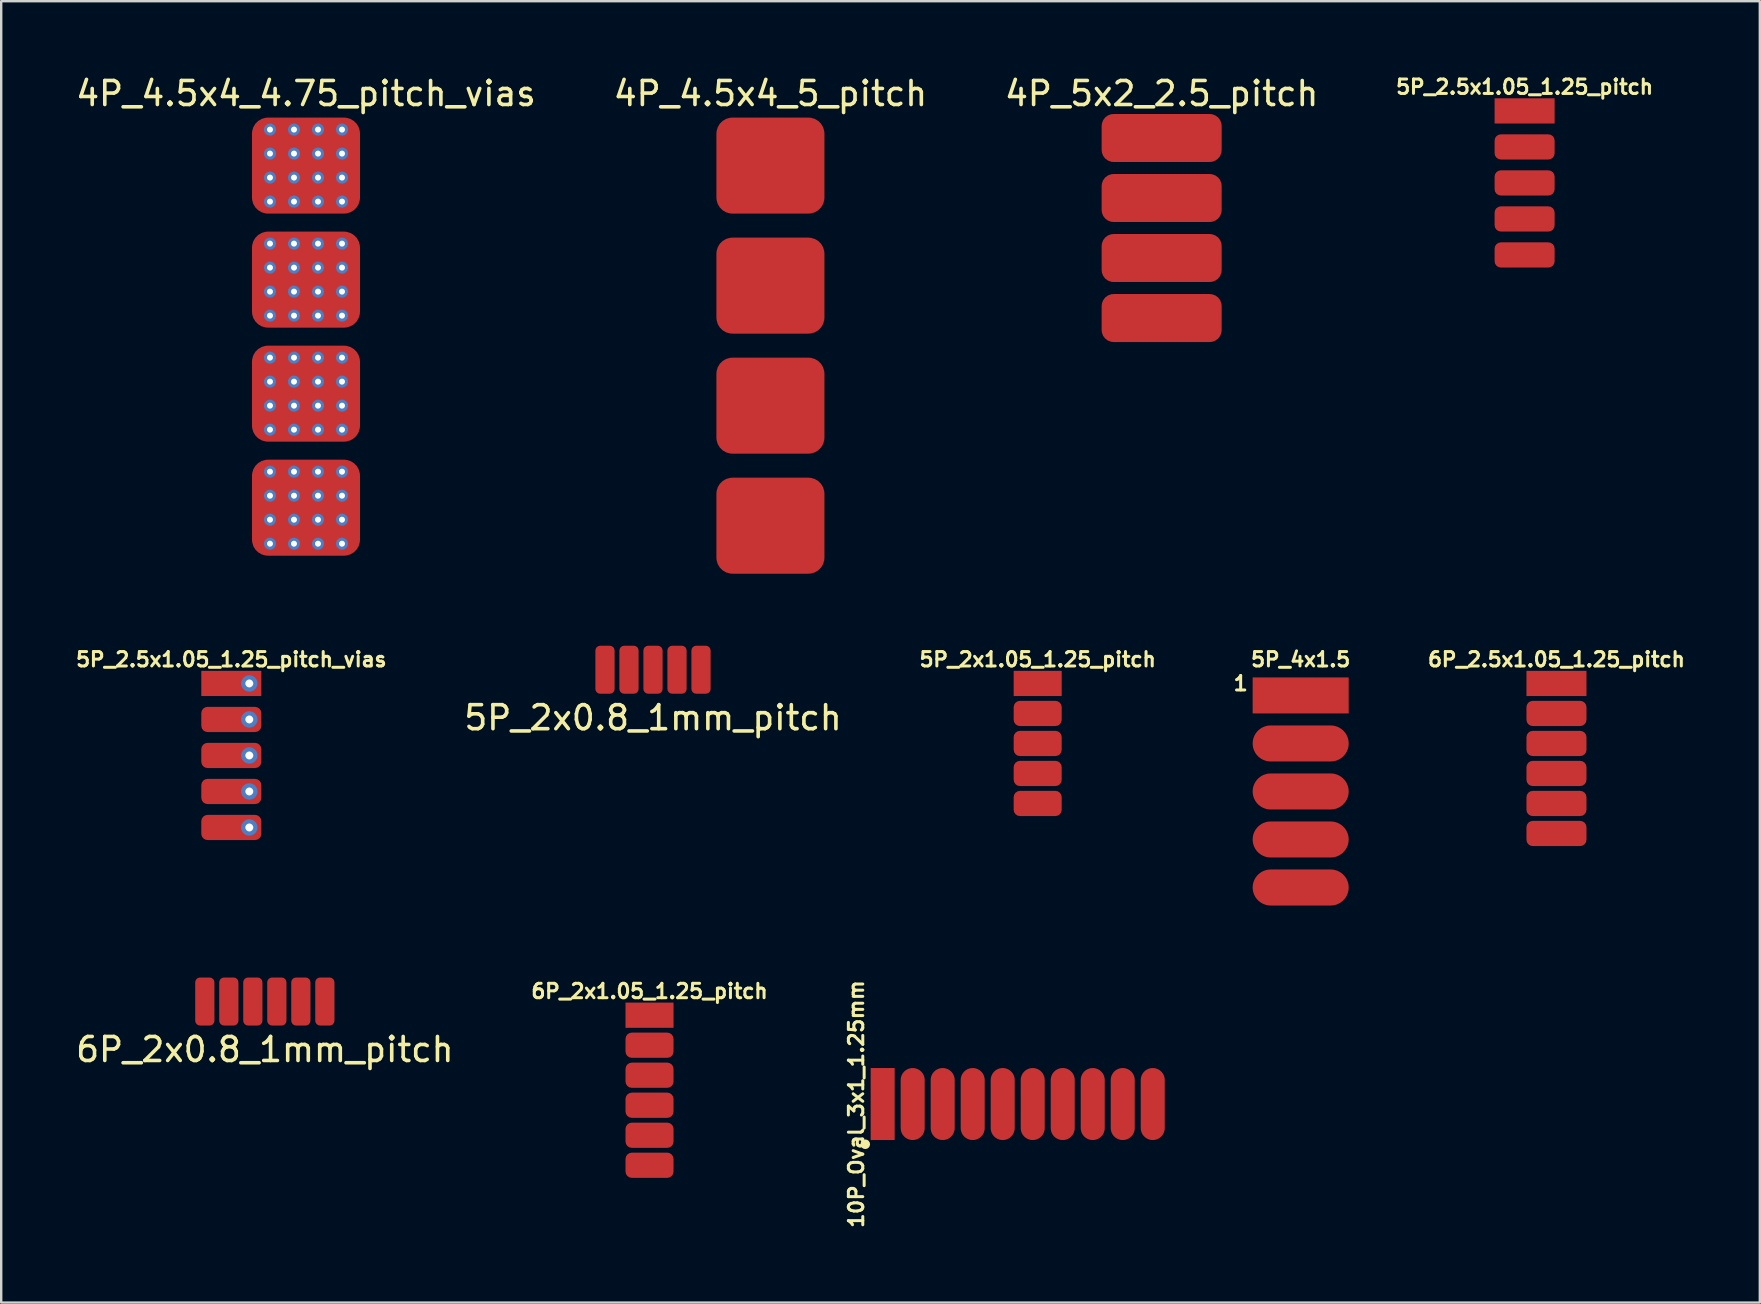
<source format=kicad_pcb>
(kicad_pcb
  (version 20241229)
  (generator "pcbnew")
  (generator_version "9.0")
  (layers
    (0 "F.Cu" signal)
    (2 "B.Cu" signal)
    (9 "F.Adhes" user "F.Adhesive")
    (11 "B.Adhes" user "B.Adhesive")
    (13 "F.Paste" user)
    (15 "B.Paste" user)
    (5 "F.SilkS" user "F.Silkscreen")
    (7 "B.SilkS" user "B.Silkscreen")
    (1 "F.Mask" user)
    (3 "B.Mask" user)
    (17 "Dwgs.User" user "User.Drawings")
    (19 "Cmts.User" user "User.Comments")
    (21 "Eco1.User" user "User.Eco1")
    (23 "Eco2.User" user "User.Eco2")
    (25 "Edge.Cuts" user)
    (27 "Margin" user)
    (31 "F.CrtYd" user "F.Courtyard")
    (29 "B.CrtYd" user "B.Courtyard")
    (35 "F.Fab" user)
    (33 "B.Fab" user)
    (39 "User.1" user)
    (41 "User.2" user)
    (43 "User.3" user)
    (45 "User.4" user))
  (footprint "4P_5x2_2.5_pitch"
    (layer "F.Cu")
    (at 45.339 6.448)
    (property "Reference" "4P_5x2_2.5_pitch" (at 0 -5.6 180) (layer "F.SilkS") (effects (font (size 1 1) (thickness 0.15))))
    (attr exclude_from_pos_files exclude_from_bom)
    (pad "1" connect roundrect (at 0 -3.75) (size 5 2) (layers "F.Cu" "F.Mask") (roundrect_rratio 0.25))
    (pad "2" connect roundrect (at 0 -1.25) (size 5 2) (layers "F.Cu" "F.Mask") (roundrect_rratio 0.25))
    (pad "3" connect roundrect (at 0 1.25) (size 5 2) (layers "F.Cu" "F.Mask") (roundrect_rratio 0.25))
    (pad "4" connect roundrect (at 0 3.75) (size 5 2) (layers "F.Cu" "F.Mask") (roundrect_rratio 0.25)))
  (footprint "4P_4.5x4_5_pitch"
    (layer "F.Cu")
    (at 29.042 11.348)
    (property "Reference" "4P_4.5x4_5_pitch" (at 0 -10.5 180) (layer "F.SilkS") (effects (font (size 1 1) (thickness 0.15))))
    (attr exclude_from_pos_files exclude_from_bom)
    (pad "1" connect roundrect (at 0 -7.5) (size 4.5 4) (layers "F.Cu" "F.Mask") (roundrect_rratio 0.167))
    (pad "2" connect roundrect (at 0 -2.5) (size 4.5 4) (layers "F.Cu" "F.Mask") (roundrect_rratio 0.167))
    (pad "3" connect roundrect (at 0 2.5) (size 4.5 4) (layers "F.Cu" "F.Mask") (roundrect_rratio 0.167))
    (pad "4" connect roundrect (at 0 7.5) (size 4.5 4) (layers "F.Cu" "F.Mask") (roundrect_rratio 0.167)))
  (footprint "5P_2.5x1.05_1.25_pitch"
    (layer "F.Cu")
    (at 60.458 4.57)
    (property "Reference" "5P_2.5x1.05_1.25_pitch" (at 0 -4 0) (layer "F.SilkS") (effects (font (size 0.6 0.6) (thickness 0.125))))
    (attr exclude_from_pos_files exclude_from_bom)
    (pad "1" connect rect (at 0 -3) (size 2.5 1.05) (layers "F.Cu" "F.Mask"))
    (pad "2" connect roundrect (at 0 -1.5) (size 2.5 1.05) (layers "F.Cu" "F.Mask") (roundrect_rratio 0.25))
    (pad "3" connect roundrect (at 0 0) (size 2.5 1.05) (layers "F.Cu" "F.Mask") (roundrect_rratio 0.25))
    (pad "4" connect roundrect (at 0 1.5) (size 2.5 1.05) (layers "F.Cu" "F.Mask") (roundrect_rratio 0.25))
    (pad "5" connect roundrect (at 0 3) (size 2.5 1.05) (layers "F.Cu" "F.Mask") (roundrect_rratio 0.25)))
  (footprint "5P_4x1.5"
    (layer "F.Cu")
    (at 51.13 29.919)
    (property "Reference" "5P_4x1.5" (at 0 -5.5 0) (layer "F.SilkS") (effects (font (size 0.6 0.6) (thickness 0.125))))
    (attr exclude_from_pos_files exclude_from_bom)
    (fp_text user "1" (at -2.5 -4.5 0) (layer "F.SilkS") (effects (font (size 0.6 0.6) (thickness 0.125))))
    (pad "1" connect rect (at 0 -4) (size 4 1.5) (layers "F.Cu" "F.Mask"))
    (pad "2" connect oval (at 0 -2) (size 4 1.5) (layers "F.Cu" "F.Mask"))
    (pad "3" connect oval (at 0 0) (size 4 1.5) (layers "F.Cu" "F.Mask"))
    (pad "4" connect oval (at 0 2) (size 4 1.5) (layers "F.Cu" "F.Mask"))
    (pad "5" connect oval (at 0 4) (size 4 1.5) (layers "F.Cu" "F.Mask")))
  (footprint "4P_4.5x4_4.75_pitch_vias"
    (layer "F.Cu")
    (at 9.696 10.973)
    (property "Reference" "4P_4.5x4_4.75_pitch_vias" (at 0 -10.125 180) (layer "F.SilkS") (effects (font (size 1 1) (thickness 0.15))))
    (attr exclude_from_pos_files exclude_from_bom)
    (pad "1" thru_hole circle (at -1.5 -8.625) (size 0.5 0.5) (drill 0.25) (layers "*.Cu"))
    (pad "1" thru_hole circle (at -1.5 -7.625) (size 0.5 0.5) (drill 0.25) (layers "*.Cu"))
    (pad "1" thru_hole circle (at -1.5 -6.625) (size 0.5 0.5) (drill 0.25) (layers "*.Cu"))
    (pad "1" thru_hole circle (at -1.5 -5.625) (size 0.5 0.5) (drill 0.25) (layers "*.Cu"))
    (pad "1" thru_hole circle (at -0.5 -8.625) (size 0.5 0.5) (drill 0.25) (layers "*.Cu"))
    (pad "1" thru_hole circle (at -0.5 -7.625) (size 0.5 0.5) (drill 0.25) (layers "*.Cu"))
    (pad "1" thru_hole circle (at -0.5 -6.625) (size 0.5 0.5) (drill 0.25) (layers "*.Cu"))
    (pad "1" thru_hole circle (at -0.5 -5.625) (size 0.5 0.5) (drill 0.25) (layers "*.Cu"))
    (pad "1" connect roundrect (at 0 -7.125) (size 4.5 4) (layers "F.Cu" "F.Mask") (roundrect_rratio 0.167))
    (pad "1" thru_hole circle (at 0.5 -8.625) (size 0.5 0.5) (drill 0.25) (layers "*.Cu"))
    (pad "1" thru_hole circle (at 0.5 -7.625) (size 0.5 0.5) (drill 0.25) (layers "*.Cu"))
    (pad "1" thru_hole circle (at 0.5 -6.625) (size 0.5 0.5) (drill 0.25) (layers "*.Cu"))
    (pad "1" thru_hole circle (at 0.5 -5.625) (size 0.5 0.5) (drill 0.25) (layers "*.Cu"))
    (pad "1" thru_hole circle (at 1.5 -8.625) (size 0.5 0.5) (drill 0.25) (layers "*.Cu"))
    (pad "1" thru_hole circle (at 1.5 -7.625) (size 0.5 0.5) (drill 0.25) (layers "*.Cu"))
    (pad "1" thru_hole circle (at 1.5 -6.625) (size 0.5 0.5) (drill 0.25) (layers "*.Cu"))
    (pad "1" thru_hole circle (at 1.5 -5.625) (size 0.5 0.5) (drill 0.25) (layers "*.Cu"))
    (pad "2" thru_hole circle (at -1.5 -3.875) (size 0.5 0.5) (drill 0.25) (layers "*.Cu"))
    (pad "2" thru_hole circle (at -1.5 -2.875) (size 0.5 0.5) (drill 0.25) (layers "*.Cu"))
    (pad "2" thru_hole circle (at -1.5 -1.875) (size 0.5 0.5) (drill 0.25) (layers "*.Cu"))
    (pad "2" thru_hole circle (at -1.5 -0.875) (size 0.5 0.5) (drill 0.25) (layers "*.Cu"))
    (pad "2" thru_hole circle (at -0.5 -3.875) (size 0.5 0.5) (drill 0.25) (layers "*.Cu"))
    (pad "2" thru_hole circle (at -0.5 -2.875) (size 0.5 0.5) (drill 0.25) (layers "*.Cu"))
    (pad "2" thru_hole circle (at -0.5 -1.875) (size 0.5 0.5) (drill 0.25) (layers "*.Cu"))
    (pad "2" thru_hole circle (at -0.5 -0.875) (size 0.5 0.5) (drill 0.25) (layers "*.Cu"))
    (pad "2" connect roundrect (at 0 -2.375) (size 4.5 4) (layers "F.Cu" "F.Mask") (roundrect_rratio 0.167))
    (pad "2" thru_hole circle (at 0.5 -3.875) (size 0.5 0.5) (drill 0.25) (layers "*.Cu"))
    (pad "2" thru_hole circle (at 0.5 -2.875) (size 0.5 0.5) (drill 0.25) (layers "*.Cu"))
    (pad "2" thru_hole circle (at 0.5 -1.875) (size 0.5 0.5) (drill 0.25) (layers "*.Cu"))
    (pad "2" thru_hole circle (at 0.5 -0.875) (size 0.5 0.5) (drill 0.25) (layers "*.Cu"))
    (pad "2" thru_hole circle (at 1.5 -3.875) (size 0.5 0.5) (drill 0.25) (layers "*.Cu"))
    (pad "2" thru_hole circle (at 1.5 -2.875) (size 0.5 0.5) (drill 0.25) (layers "*.Cu"))
    (pad "2" thru_hole circle (at 1.5 -1.875) (size 0.5 0.5) (drill 0.25) (layers "*.Cu"))
    (pad "2" thru_hole circle (at 1.5 -0.875) (size 0.5 0.5) (drill 0.25) (layers "*.Cu"))
    (pad "3" thru_hole circle (at -1.5 0.875) (size 0.5 0.5) (drill 0.25) (layers "*.Cu"))
    (pad "3" thru_hole circle (at -1.5 1.875) (size 0.5 0.5) (drill 0.25) (layers "*.Cu"))
    (pad "3" thru_hole circle (at -1.5 2.875) (size 0.5 0.5) (drill 0.25) (layers "*.Cu"))
    (pad "3" thru_hole circle (at -1.5 3.875) (size 0.5 0.5) (drill 0.25) (layers "*.Cu"))
    (pad "3" thru_hole circle (at -0.5 0.875) (size 0.5 0.5) (drill 0.25) (layers "*.Cu"))
    (pad "3" thru_hole circle (at -0.5 1.875) (size 0.5 0.5) (drill 0.25) (layers "*.Cu"))
    (pad "3" thru_hole circle (at -0.5 2.875) (size 0.5 0.5) (drill 0.25) (layers "*.Cu"))
    (pad "3" thru_hole circle (at -0.5 3.875) (size 0.5 0.5) (drill 0.25) (layers "*.Cu"))
    (pad "3" connect roundrect (at 0 2.375) (size 4.5 4) (layers "F.Cu" "F.Mask") (roundrect_rratio 0.167))
    (pad "3" thru_hole circle (at 0.5 0.875) (size 0.5 0.5) (drill 0.25) (layers "*.Cu"))
    (pad "3" thru_hole circle (at 0.5 1.875) (size 0.5 0.5) (drill 0.25) (layers "*.Cu"))
    (pad "3" thru_hole circle (at 0.5 2.875) (size 0.5 0.5) (drill 0.25) (layers "*.Cu"))
    (pad "3" thru_hole circle (at 0.5 3.875) (size 0.5 0.5) (drill 0.25) (layers "*.Cu"))
    (pad "3" thru_hole circle (at 1.5 0.875) (size 0.5 0.5) (drill 0.25) (layers "*.Cu"))
    (pad "3" thru_hole circle (at 1.5 1.875) (size 0.5 0.5) (drill 0.25) (layers "*.Cu"))
    (pad "3" thru_hole circle (at 1.5 2.875) (size 0.5 0.5) (drill 0.25) (layers "*.Cu"))
    (pad "3" thru_hole circle (at 1.5 3.875) (size 0.5 0.5) (drill 0.25) (layers "*.Cu"))
    (pad "4" thru_hole circle (at -1.5 5.625) (size 0.5 0.5) (drill 0.25) (layers "*.Cu"))
    (pad "4" thru_hole circle (at -1.5 6.625) (size 0.5 0.5) (drill 0.25) (layers "*.Cu"))
    (pad "4" thru_hole circle (at -1.5 7.625) (size 0.5 0.5) (drill 0.25) (layers "*.Cu"))
    (pad "4" thru_hole circle (at -1.5 8.625) (size 0.5 0.5) (drill 0.25) (layers "*.Cu"))
    (pad "4" thru_hole circle (at -0.5 5.625) (size 0.5 0.5) (drill 0.25) (layers "*.Cu"))
    (pad "4" thru_hole circle (at -0.5 6.625) (size 0.5 0.5) (drill 0.25) (layers "*.Cu"))
    (pad "4" thru_hole circle (at -0.5 7.625) (size 0.5 0.5) (drill 0.25) (layers "*.Cu"))
    (pad "4" thru_hole circle (at -0.5 8.625) (size 0.5 0.5) (drill 0.25) (layers "*.Cu"))
    (pad "4" connect roundrect (at 0 7.125) (size 4.5 4) (layers "F.Cu" "F.Mask") (roundrect_rratio 0.167))
    (pad "4" thru_hole circle (at 0.5 5.625) (size 0.5 0.5) (drill 0.25) (layers "*.Cu"))
    (pad "4" thru_hole circle (at 0.5 6.625) (size 0.5 0.5) (drill 0.25) (layers "*.Cu"))
    (pad "4" thru_hole circle (at 0.5 7.625) (size 0.5 0.5) (drill 0.25) (layers "*.Cu"))
    (pad "4" thru_hole circle (at 0.5 8.625) (size 0.5 0.5) (drill 0.25) (layers "*.Cu"))
    (pad "4" thru_hole circle (at 1.5 5.625) (size 0.5 0.5) (drill 0.25) (layers "*.Cu"))
    (pad "4" thru_hole circle (at 1.5 6.625) (size 0.5 0.5) (drill 0.25) (layers "*.Cu"))
    (pad "4" thru_hole circle (at 1.5 7.625) (size 0.5 0.5) (drill 0.25) (layers "*.Cu"))
    (pad "4" thru_hole circle (at 1.5 8.625) (size 0.5 0.5) (drill 0.25) (layers "*.Cu")))
  (footprint "6P_2x1.05_1.25_pitch"
    (layer "F.Cu")
    (at 24.006 42.364)
    (property "Reference" "6P_2x1.05_1.25_pitch" (at 0 -4.125 0) (layer "F.SilkS") (effects (font (size 0.6 0.6) (thickness 0.125))))
    (attr exclude_from_pos_files exclude_from_bom)
    (pad "1" connect rect (at 0 -3.125) (size 2 1.05) (layers "F.Cu" "F.Mask"))
    (pad "2" connect roundrect (at 0 -1.875) (size 2 1.05) (layers "F.Cu" "F.Mask") (roundrect_rratio 0.25))
    (pad "3" connect roundrect (at 0 -0.625) (size 2 1.05) (layers "F.Cu" "F.Mask") (roundrect_rratio 0.25))
    (pad "4" connect roundrect (at 0 0.625) (size 2 1.05) (layers "F.Cu" "F.Mask") (roundrect_rratio 0.25))
    (pad "5" connect roundrect (at 0 1.875) (size 2 1.05) (layers "F.Cu" "F.Mask") (roundrect_rratio 0.25))
    (pad "6" connect roundrect (at 0 3.125) (size 2 1.05) (layers "F.Cu" "F.Mask") (roundrect_rratio 0.25)))
  (footprint "10P_Oval_3x1_1.25mm"
    (layer "F.Cu")
    (at 39.343 42.939)
    (property "Reference" "10P_Oval_3x1_1.25mm" (at -6.725 0 90) (layer "F.SilkS") (effects (font (size 0.6 0.6) (thickness 0.125))))
    (attr exclude_from_pos_files exclude_from_bom)
    (fp_circle (center -6.35 1.675) (end -6.25 1.675) (stroke (width 0.2) (type solid)) (fill no) (layer "F.SilkS"))
    (pad "1" connect rect (at -5.625 0) (size 1 3) (layers "F.Cu" "F.Mask"))
    (pad "2" connect oval (at -4.375 0) (size 1 3) (layers "F.Cu" "F.Mask"))
    (pad "3" connect oval (at -3.125 0) (size 1 3) (layers "F.Cu" "F.Mask"))
    (pad "4" connect oval (at -1.875 0) (size 1 3) (layers "F.Cu" "F.Mask"))
    (pad "5" connect oval (at -0.625 0) (size 1 3) (layers "F.Cu" "F.Mask"))
    (pad "6" connect oval (at 0.625 0) (size 1 3) (layers "F.Cu" "F.Mask"))
    (pad "7" connect oval (at 1.875 0) (size 1 3) (layers "F.Cu" "F.Mask"))
    (pad "8" connect oval (at 3.125 0) (size 1 3) (layers "F.Cu" "F.Mask"))
    (pad "9" connect oval (at 4.375 0) (size 1 3) (layers "F.Cu" "F.Mask"))
    (pad "10" connect oval (at 5.625 0) (size 1 3) (layers "F.Cu" "F.Mask")))
  (footprint "6P_2.5x1.05_1.25_pitch"
    (layer "F.Cu")
    (at 61.785 28.544)
    (property "Reference" "6P_2.5x1.05_1.25_pitch" (at 0 -4.125 0) (layer "F.SilkS") (effects (font (size 0.6 0.6) (thickness 0.125))))
    (attr exclude_from_pos_files exclude_from_bom)
    (pad "1" connect rect (at 0 -3.125) (size 2.5 1.05) (layers "F.Cu" "F.Mask"))
    (pad "2" connect roundrect (at 0 -1.875) (size 2.5 1.05) (layers "F.Cu" "F.Mask") (roundrect_rratio 0.25))
    (pad "3" connect roundrect (at 0 -0.625) (size 2.5 1.05) (layers "F.Cu" "F.Mask") (roundrect_rratio 0.25))
    (pad "4" connect roundrect (at 0 0.625) (size 2.5 1.05) (layers "F.Cu" "F.Mask") (roundrect_rratio 0.25))
    (pad "5" connect roundrect (at 0 1.875) (size 2.5 1.05) (layers "F.Cu" "F.Mask") (roundrect_rratio 0.25))
    (pad "6" connect roundrect (at 0 3.125) (size 2.5 1.05) (layers "F.Cu" "F.Mask") (roundrect_rratio 0.25)))
  (footprint "6P_2x0.8_1mm_pitch"
    (layer "F.Cu")
    (at 7.982 38.669)
    (property "Reference" "6P_2x0.8_1mm_pitch" (at 0 2 0) (layer "F.SilkS") (effects (font (size 1 1) (thickness 0.15))))
    (attr through_hole)
    (pad "1" connect roundrect (at -2.5 0) (size 0.8 2) (layers "F.Cu" "F.Mask") (roundrect_rratio 0.25))
    (pad "2" connect roundrect (at -1.5 0) (size 0.8 2) (layers "F.Cu" "F.Mask") (roundrect_rratio 0.25))
    (pad "3" connect roundrect (at -0.5 0) (size 0.8 2) (layers "F.Cu" "F.Mask") (roundrect_rratio 0.25))
    (pad "4" connect roundrect (at 0.5 0) (size 0.8 2) (layers "F.Cu" "F.Mask") (roundrect_rratio 0.25))
    (pad "5" connect roundrect (at 1.5 0) (size 0.8 2) (layers "F.Cu" "F.Mask") (roundrect_rratio 0.25))
    (pad "6" connect roundrect (at 2.5 0) (size 0.8 2) (layers "F.Cu" "F.Mask") (roundrect_rratio 0.25)))
  (footprint "5P_2x0.8_1mm_pitch"
    (layer "F.Cu")
    (at 24.151 24.848)
    (property "Reference" "5P_2x0.8_1mm_pitch" (at 0 2 0) (layer "F.SilkS") (effects (font (size 1 1) (thickness 0.15))))
    (attr through_hole)
    (pad "1" connect roundrect (at -2 0) (size 0.8 2) (layers "F.Cu" "F.Mask") (roundrect_rratio 0.25))
    (pad "2" connect roundrect (at -1 0) (size 0.8 2) (layers "F.Cu" "F.Mask") (roundrect_rratio 0.25))
    (pad "3" connect roundrect (at 0 0) (size 0.8 2) (layers "F.Cu" "F.Mask") (roundrect_rratio 0.25))
    (pad "4" connect roundrect (at 1 0) (size 0.8 2) (layers "F.Cu" "F.Mask") (roundrect_rratio 0.25))
    (pad "5" connect roundrect (at 2 0) (size 0.8 2) (layers "F.Cu" "F.Mask") (roundrect_rratio 0.25)))
  (footprint "5P_2x1.05_1.25_pitch"
    (layer "F.Cu")
    (at 40.175 27.919)
    (property "Reference" "5P_2x1.05_1.25_pitch" (at 0 -3.5 0) (layer "F.SilkS") (effects (font (size 0.6 0.6) (thickness 0.125))))
    (attr exclude_from_pos_files exclude_from_bom)
    (pad "1" connect rect (at 0 -2.5) (size 2 1.05) (layers "F.Cu" "F.Mask"))
    (pad "2" connect roundrect (at 0 -1.25) (size 2 1.05) (layers "F.Cu" "F.Mask") (roundrect_rratio 0.25))
    (pad "3" connect roundrect (at 0 0) (size 2 1.05) (layers "F.Cu" "F.Mask") (roundrect_rratio 0.25))
    (pad "4" connect roundrect (at 0 1.25) (size 2 1.05) (layers "F.Cu" "F.Mask") (roundrect_rratio 0.25))
    (pad "5" connect roundrect (at 0 2.5) (size 2 1.05) (layers "F.Cu" "F.Mask") (roundrect_rratio 0.25)))
  (footprint "5P_2.5x1.05_1.25_pitch_vias"
    (layer "F.Cu")
    (at 6.585 28.419)
    (property "Reference" "5P_2.5x1.05_1.25_pitch_vias" (at 0 -4 0) (layer "F.SilkS") (effects (font (size 0.6 0.6) (thickness 0.125))))
    (attr exclude_from_pos_files exclude_from_bom)
    (pad "1" connect rect (at 0 -3) (size 2.5 1.05) (layers "F.Cu" "F.Mask"))
    (pad "1" thru_hole circle (at 0.75 -3) (size 0.68 0.68) (drill 0.33) (layers "*.Cu" "*.Mask"))
    (pad "2" connect roundrect (at 0 -1.5) (size 2.5 1.05) (layers "F.Cu" "F.Mask") (roundrect_rratio 0.25))
    (pad "2" thru_hole circle (at 0.75 -1.5) (size 0.68 0.68) (drill 0.33) (layers "*.Cu" "*.Mask"))
    (pad "3" connect roundrect (at 0 0) (size 2.5 1.05) (layers "F.Cu" "F.Mask") (roundrect_rratio 0.25))
    (pad "3" thru_hole circle (at 0.75 0) (size 0.68 0.68) (drill 0.33) (layers "*.Cu" "*.Mask"))
    (pad "4" connect roundrect (at 0 1.5) (size 2.5 1.05) (layers "F.Cu" "F.Mask") (roundrect_rratio 0.25))
    (pad "4" thru_hole circle (at 0.75 1.5) (size 0.68 0.68) (drill 0.33) (layers "*.Cu" "*.Mask"))
    (pad "5" connect roundrect (at 0 3) (size 2.5 1.05) (layers "F.Cu" "F.Mask") (roundrect_rratio 0.25))
    (pad "5" thru_hole circle (at 0.75 3) (size 0.68 0.68) (drill 0.33) (layers "*.Cu" "*.Mask")))
  (gr_rect
    (start -3 -3)
    (end 70.256 51.209)
    (stroke (width 0.1) (type default))
    (fill no)
    (layer "Edge.Cuts")))
</source>
